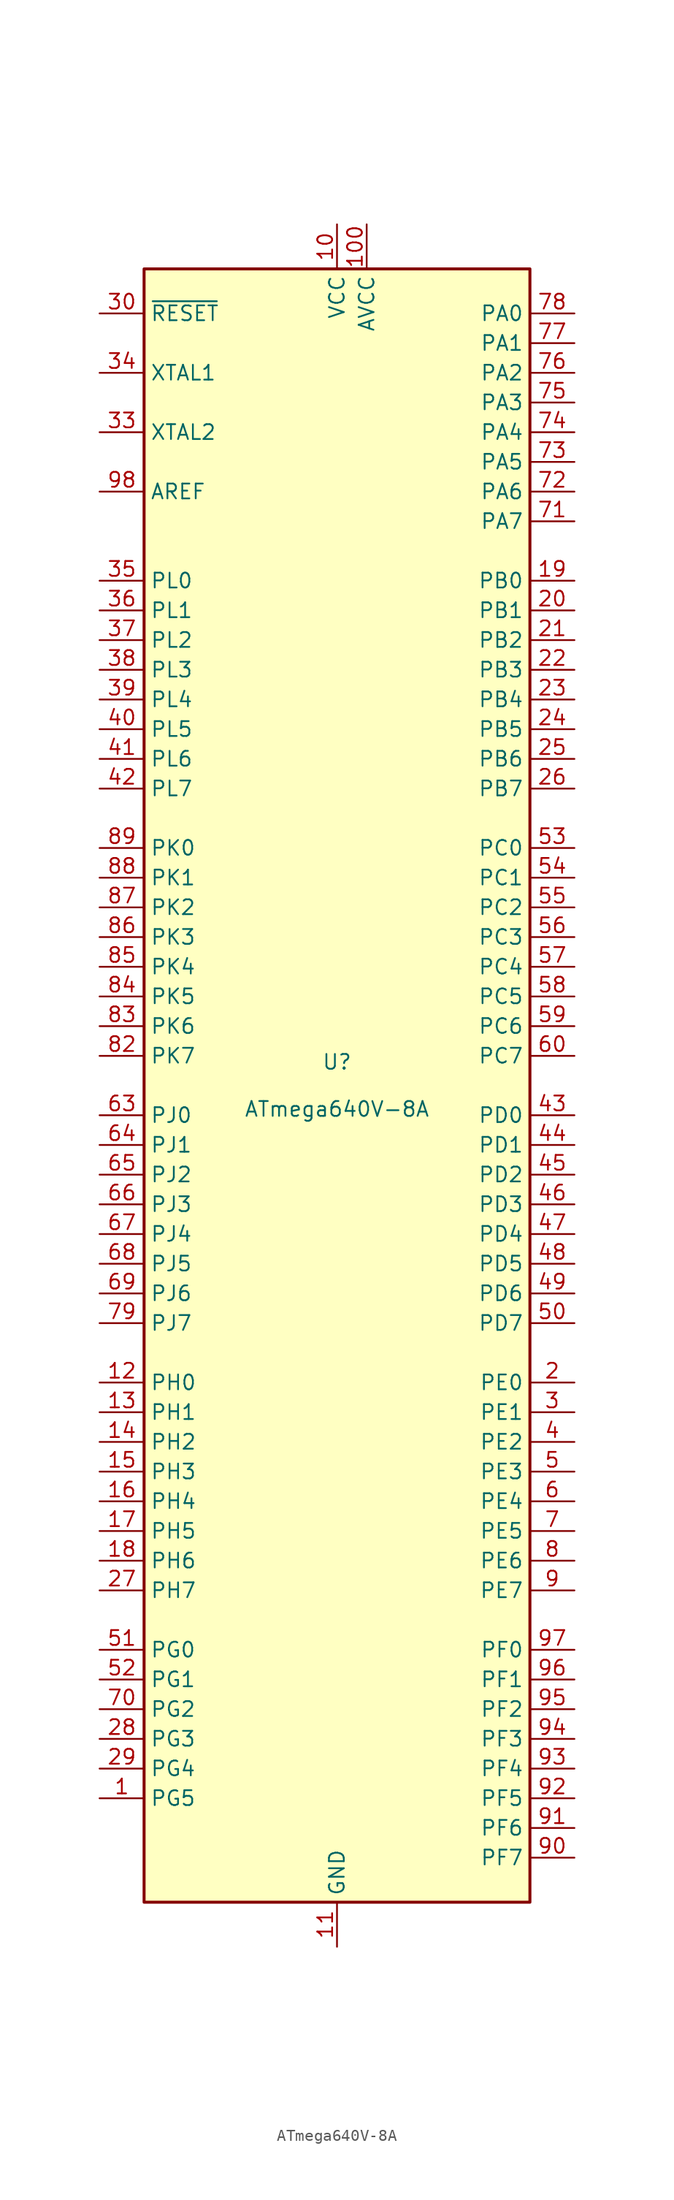
<source format=kicad_sym>
(kicad_symbol_lib
  (version 20211014)
  (generator kicad_symbol_editor)
  (symbol "ATmega640V-8A"
    (property "Reference" "U"
      (at 0 1.27 0)
      (effects (font (size 1.27 1.27)) (justify bottom)))
    (property "Value" "ATmega640V-8A"
      (at 0 -1.27 0)
      (effects (font (size 1.27 1.27)) (justify top)))
    (symbol "ATmega640V-8A_0_1"
      (rectangle (start -16.51 -69.85) (end 16.51 69.85) (stroke (width 0.254) (type default) (color 0 0 0 0)) (fill (type background))))
    (symbol "ATmega640V-8A_1_1"
      (pin bidirectional line (at -20.32 -60.96 0) (length 3.81) (name "PG5" (effects (font (size 1.27 1.27)))) (number "1" (effects (font (size 1.27 1.27)))))
      (pin power_in line (at 0 73.66 270) (length 3.81) (name "VCC" (effects (font (size 1.27 1.27)))) (number "10" (effects (font (size 1.27 1.27)))))
      (pin power_in line (at 2.54 73.66 270) (length 3.81) (name "AVCC" (effects (font (size 1.27 1.27)))) (number "100" (effects (font (size 1.27 1.27)))))
      (pin power_in line (at 0 -73.66 90) (length 3.81) (name "GND" (effects (font (size 1.27 1.27)))) (number "11" (effects (font (size 1.27 1.27)))))
      (pin bidirectional line (at -20.32 -25.4 0) (length 3.81) (name "PH0" (effects (font (size 1.27 1.27)))) (number "12" (effects (font (size 1.27 1.27)))))
      (pin bidirectional line (at -20.32 -27.94 0) (length 3.81) (name "PH1" (effects (font (size 1.27 1.27)))) (number "13" (effects (font (size 1.27 1.27)))))
      (pin bidirectional line (at -20.32 -30.48 0) (length 3.81) (name "PH2" (effects (font (size 1.27 1.27)))) (number "14" (effects (font (size 1.27 1.27)))))
      (pin bidirectional line (at -20.32 -33.02 0) (length 3.81) (name "PH3" (effects (font (size 1.27 1.27)))) (number "15" (effects (font (size 1.27 1.27)))))
      (pin bidirectional line (at -20.32 -35.56 0) (length 3.81) (name "PH4" (effects (font (size 1.27 1.27)))) (number "16" (effects (font (size 1.27 1.27)))))
      (pin bidirectional line (at -20.32 -38.1 0) (length 3.81) (name "PH5" (effects (font (size 1.27 1.27)))) (number "17" (effects (font (size 1.27 1.27)))))
      (pin bidirectional line (at -20.32 -40.64 0) (length 3.81) (name "PH6" (effects (font (size 1.27 1.27)))) (number "18" (effects (font (size 1.27 1.27)))))
      (pin bidirectional line (at 20.32 43.18 180) (length 3.81) (name "PB0" (effects (font (size 1.27 1.27)))) (number "19" (effects (font (size 1.27 1.27)))))
      (pin bidirectional line (at 20.32 -25.4 180) (length 3.81) (name "PE0" (effects (font (size 1.27 1.27)))) (number "2" (effects (font (size 1.27 1.27)))))
      (pin bidirectional line (at 20.32 40.64 180) (length 3.81) (name "PB1" (effects (font (size 1.27 1.27)))) (number "20" (effects (font (size 1.27 1.27)))))
      (pin bidirectional line (at 20.32 38.1 180) (length 3.81) (name "PB2" (effects (font (size 1.27 1.27)))) (number "21" (effects (font (size 1.27 1.27)))))
      (pin bidirectional line (at 20.32 35.56 180) (length 3.81) (name "PB3" (effects (font (size 1.27 1.27)))) (number "22" (effects (font (size 1.27 1.27)))))
      (pin bidirectional line (at 20.32 33.02 180) (length 3.81) (name "PB4" (effects (font (size 1.27 1.27)))) (number "23" (effects (font (size 1.27 1.27)))))
      (pin bidirectional line (at 20.32 30.48 180) (length 3.81) (name "PB5" (effects (font (size 1.27 1.27)))) (number "24" (effects (font (size 1.27 1.27)))))
      (pin bidirectional line (at 20.32 27.94 180) (length 3.81) (name "PB6" (effects (font (size 1.27 1.27)))) (number "25" (effects (font (size 1.27 1.27)))))
      (pin bidirectional line (at 20.32 25.4 180) (length 3.81) (name "PB7" (effects (font (size 1.27 1.27)))) (number "26" (effects (font (size 1.27 1.27)))))
      (pin bidirectional line (at -20.32 -43.18 0) (length 3.81) (name "PH7" (effects (font (size 1.27 1.27)))) (number "27" (effects (font (size 1.27 1.27)))))
      (pin bidirectional line (at -20.32 -55.88 0) (length 3.81) (name "PG3" (effects (font (size 1.27 1.27)))) (number "28" (effects (font (size 1.27 1.27)))))
      (pin bidirectional line (at -20.32 -58.42 0) (length 3.81) (name "PG4" (effects (font (size 1.27 1.27)))) (number "29" (effects (font (size 1.27 1.27)))))
      (pin bidirectional line (at 20.32 -27.94 180) (length 3.81) (name "PE1" (effects (font (size 1.27 1.27)))) (number "3" (effects (font (size 1.27 1.27)))))
      (pin input line (at -20.32 66.04 0) (length 3.81) (name "~{RESET}" (effects (font (size 1.27 1.27)))) (number "30" (effects (font (size 1.27 1.27)))))
      (pin passive line (at 0 73.66 270) (length 3.81) hide (name "VCC" (effects (font (size 1.27 1.27)))) (number "31" (effects (font (size 1.27 1.27)))))
      (pin passive line (at 0 -73.66 90) (length 3.81) hide (name "GND" (effects (font (size 1.27 1.27)))) (number "32" (effects (font (size 1.27 1.27)))))
      (pin output line (at -20.32 55.88 0) (length 3.81) (name "XTAL2" (effects (font (size 1.27 1.27)))) (number "33" (effects (font (size 1.27 1.27)))))
      (pin input line (at -20.32 60.96 0) (length 3.81) (name "XTAL1" (effects (font (size 1.27 1.27)))) (number "34" (effects (font (size 1.27 1.27)))))
      (pin bidirectional line (at -20.32 43.18 0) (length 3.81) (name "PL0" (effects (font (size 1.27 1.27)))) (number "35" (effects (font (size 1.27 1.27)))))
      (pin bidirectional line (at -20.32 40.64 0) (length 3.81) (name "PL1" (effects (font (size 1.27 1.27)))) (number "36" (effects (font (size 1.27 1.27)))))
      (pin bidirectional line (at -20.32 38.1 0) (length 3.81) (name "PL2" (effects (font (size 1.27 1.27)))) (number "37" (effects (font (size 1.27 1.27)))))
      (pin bidirectional line (at -20.32 35.56 0) (length 3.81) (name "PL3" (effects (font (size 1.27 1.27)))) (number "38" (effects (font (size 1.27 1.27)))))
      (pin bidirectional line (at -20.32 33.02 0) (length 3.81) (name "PL4" (effects (font (size 1.27 1.27)))) (number "39" (effects (font (size 1.27 1.27)))))
      (pin bidirectional line (at 20.32 -30.48 180) (length 3.81) (name "PE2" (effects (font (size 1.27 1.27)))) (number "4" (effects (font (size 1.27 1.27)))))
      (pin bidirectional line (at -20.32 30.48 0) (length 3.81) (name "PL5" (effects (font (size 1.27 1.27)))) (number "40" (effects (font (size 1.27 1.27)))))
      (pin bidirectional line (at -20.32 27.94 0) (length 3.81) (name "PL6" (effects (font (size 1.27 1.27)))) (number "41" (effects (font (size 1.27 1.27)))))
      (pin bidirectional line (at -20.32 25.4 0) (length 3.81) (name "PL7" (effects (font (size 1.27 1.27)))) (number "42" (effects (font (size 1.27 1.27)))))
      (pin bidirectional line (at 20.32 -2.54 180) (length 3.81) (name "PD0" (effects (font (size 1.27 1.27)))) (number "43" (effects (font (size 1.27 1.27)))))
      (pin bidirectional line (at 20.32 -5.08 180) (length 3.81) (name "PD1" (effects (font (size 1.27 1.27)))) (number "44" (effects (font (size 1.27 1.27)))))
      (pin bidirectional line (at 20.32 -7.62 180) (length 3.81) (name "PD2" (effects (font (size 1.27 1.27)))) (number "45" (effects (font (size 1.27 1.27)))))
      (pin bidirectional line (at 20.32 -10.16 180) (length 3.81) (name "PD3" (effects (font (size 1.27 1.27)))) (number "46" (effects (font (size 1.27 1.27)))))
      (pin bidirectional line (at 20.32 -12.7 180) (length 3.81) (name "PD4" (effects (font (size 1.27 1.27)))) (number "47" (effects (font (size 1.27 1.27)))))
      (pin bidirectional line (at 20.32 -15.24 180) (length 3.81) (name "PD5" (effects (font (size 1.27 1.27)))) (number "48" (effects (font (size 1.27 1.27)))))
      (pin bidirectional line (at 20.32 -17.78 180) (length 3.81) (name "PD6" (effects (font (size 1.27 1.27)))) (number "49" (effects (font (size 1.27 1.27)))))
      (pin bidirectional line (at 20.32 -33.02 180) (length 3.81) (name "PE3" (effects (font (size 1.27 1.27)))) (number "5" (effects (font (size 1.27 1.27)))))
      (pin bidirectional line (at 20.32 -20.32 180) (length 3.81) (name "PD7" (effects (font (size 1.27 1.27)))) (number "50" (effects (font (size 1.27 1.27)))))
      (pin bidirectional line (at -20.32 -48.26 0) (length 3.81) (name "PG0" (effects (font (size 1.27 1.27)))) (number "51" (effects (font (size 1.27 1.27)))))
      (pin bidirectional line (at -20.32 -50.8 0) (length 3.81) (name "PG1" (effects (font (size 1.27 1.27)))) (number "52" (effects (font (size 1.27 1.27)))))
      (pin bidirectional line (at 20.32 20.32 180) (length 3.81) (name "PC0" (effects (font (size 1.27 1.27)))) (number "53" (effects (font (size 1.27 1.27)))))
      (pin bidirectional line (at 20.32 17.78 180) (length 3.81) (name "PC1" (effects (font (size 1.27 1.27)))) (number "54" (effects (font (size 1.27 1.27)))))
      (pin bidirectional line (at 20.32 15.24 180) (length 3.81) (name "PC2" (effects (font (size 1.27 1.27)))) (number "55" (effects (font (size 1.27 1.27)))))
      (pin bidirectional line (at 20.32 12.7 180) (length 3.81) (name "PC3" (effects (font (size 1.27 1.27)))) (number "56" (effects (font (size 1.27 1.27)))))
      (pin bidirectional line (at 20.32 10.16 180) (length 3.81) (name "PC4" (effects (font (size 1.27 1.27)))) (number "57" (effects (font (size 1.27 1.27)))))
      (pin bidirectional line (at 20.32 7.62 180) (length 3.81) (name "PC5" (effects (font (size 1.27 1.27)))) (number "58" (effects (font (size 1.27 1.27)))))
      (pin bidirectional line (at 20.32 5.08 180) (length 3.81) (name "PC6" (effects (font (size 1.27 1.27)))) (number "59" (effects (font (size 1.27 1.27)))))
      (pin bidirectional line (at 20.32 -35.56 180) (length 3.81) (name "PE4" (effects (font (size 1.27 1.27)))) (number "6" (effects (font (size 1.27 1.27)))))
      (pin bidirectional line (at 20.32 2.54 180) (length 3.81) (name "PC7" (effects (font (size 1.27 1.27)))) (number "60" (effects (font (size 1.27 1.27)))))
      (pin passive line (at 0 73.66 270) (length 3.81) hide (name "VCC" (effects (font (size 1.27 1.27)))) (number "61" (effects (font (size 1.27 1.27)))))
      (pin passive line (at 0 -73.66 90) (length 3.81) hide (name "GND" (effects (font (size 1.27 1.27)))) (number "62" (effects (font (size 1.27 1.27)))))
      (pin bidirectional line (at -20.32 -2.54 0) (length 3.81) (name "PJ0" (effects (font (size 1.27 1.27)))) (number "63" (effects (font (size 1.27 1.27)))))
      (pin bidirectional line (at -20.32 -5.08 0) (length 3.81) (name "PJ1" (effects (font (size 1.27 1.27)))) (number "64" (effects (font (size 1.27 1.27)))))
      (pin bidirectional line (at -20.32 -7.62 0) (length 3.81) (name "PJ2" (effects (font (size 1.27 1.27)))) (number "65" (effects (font (size 1.27 1.27)))))
      (pin bidirectional line (at -20.32 -10.16 0) (length 3.81) (name "PJ3" (effects (font (size 1.27 1.27)))) (number "66" (effects (font (size 1.27 1.27)))))
      (pin bidirectional line (at -20.32 -12.7 0) (length 3.81) (name "PJ4" (effects (font (size 1.27 1.27)))) (number "67" (effects (font (size 1.27 1.27)))))
      (pin bidirectional line (at -20.32 -15.24 0) (length 3.81) (name "PJ5" (effects (font (size 1.27 1.27)))) (number "68" (effects (font (size 1.27 1.27)))))
      (pin bidirectional line (at -20.32 -17.78 0) (length 3.81) (name "PJ6" (effects (font (size 1.27 1.27)))) (number "69" (effects (font (size 1.27 1.27)))))
      (pin bidirectional line (at 20.32 -38.1 180) (length 3.81) (name "PE5" (effects (font (size 1.27 1.27)))) (number "7" (effects (font (size 1.27 1.27)))))
      (pin bidirectional line (at -20.32 -53.34 0) (length 3.81) (name "PG2" (effects (font (size 1.27 1.27)))) (number "70" (effects (font (size 1.27 1.27)))))
      (pin bidirectional line (at 20.32 48.26 180) (length 3.81) (name "PA7" (effects (font (size 1.27 1.27)))) (number "71" (effects (font (size 1.27 1.27)))))
      (pin bidirectional line (at 20.32 50.8 180) (length 3.81) (name "PA6" (effects (font (size 1.27 1.27)))) (number "72" (effects (font (size 1.27 1.27)))))
      (pin bidirectional line (at 20.32 53.34 180) (length 3.81) (name "PA5" (effects (font (size 1.27 1.27)))) (number "73" (effects (font (size 1.27 1.27)))))
      (pin bidirectional line (at 20.32 55.88 180) (length 3.81) (name "PA4" (effects (font (size 1.27 1.27)))) (number "74" (effects (font (size 1.27 1.27)))))
      (pin bidirectional line (at 20.32 58.42 180) (length 3.81) (name "PA3" (effects (font (size 1.27 1.27)))) (number "75" (effects (font (size 1.27 1.27)))))
      (pin bidirectional line (at 20.32 60.96 180) (length 3.81) (name "PA2" (effects (font (size 1.27 1.27)))) (number "76" (effects (font (size 1.27 1.27)))))
      (pin bidirectional line (at 20.32 63.5 180) (length 3.81) (name "PA1" (effects (font (size 1.27 1.27)))) (number "77" (effects (font (size 1.27 1.27)))))
      (pin bidirectional line (at 20.32 66.04 180) (length 3.81) (name "PA0" (effects (font (size 1.27 1.27)))) (number "78" (effects (font (size 1.27 1.27)))))
      (pin bidirectional line (at -20.32 -20.32 0) (length 3.81) (name "PJ7" (effects (font (size 1.27 1.27)))) (number "79" (effects (font (size 1.27 1.27)))))
      (pin bidirectional line (at 20.32 -40.64 180) (length 3.81) (name "PE6" (effects (font (size 1.27 1.27)))) (number "8" (effects (font (size 1.27 1.27)))))
      (pin passive line (at 0 73.66 270) (length 3.81) hide (name "VCC" (effects (font (size 1.27 1.27)))) (number "80" (effects (font (size 1.27 1.27)))))
      (pin passive line (at 0 -73.66 90) (length 3.81) hide (name "GND" (effects (font (size 1.27 1.27)))) (number "81" (effects (font (size 1.27 1.27)))))
      (pin bidirectional line (at -20.32 2.54 0) (length 3.81) (name "PK7" (effects (font (size 1.27 1.27)))) (number "82" (effects (font (size 1.27 1.27)))))
      (pin bidirectional line (at -20.32 5.08 0) (length 3.81) (name "PK6" (effects (font (size 1.27 1.27)))) (number "83" (effects (font (size 1.27 1.27)))))
      (pin bidirectional line (at -20.32 7.62 0) (length 3.81) (name "PK5" (effects (font (size 1.27 1.27)))) (number "84" (effects (font (size 1.27 1.27)))))
      (pin bidirectional line (at -20.32 10.16 0) (length 3.81) (name "PK4" (effects (font (size 1.27 1.27)))) (number "85" (effects (font (size 1.27 1.27)))))
      (pin bidirectional line (at -20.32 12.7 0) (length 3.81) (name "PK3" (effects (font (size 1.27 1.27)))) (number "86" (effects (font (size 1.27 1.27)))))
      (pin bidirectional line (at -20.32 15.24 0) (length 3.81) (name "PK2" (effects (font (size 1.27 1.27)))) (number "87" (effects (font (size 1.27 1.27)))))
      (pin bidirectional line (at -20.32 17.78 0) (length 3.81) (name "PK1" (effects (font (size 1.27 1.27)))) (number "88" (effects (font (size 1.27 1.27)))))
      (pin bidirectional line (at -20.32 20.32 0) (length 3.81) (name "PK0" (effects (font (size 1.27 1.27)))) (number "89" (effects (font (size 1.27 1.27)))))
      (pin bidirectional line (at 20.32 -43.18 180) (length 3.81) (name "PE7" (effects (font (size 1.27 1.27)))) (number "9" (effects (font (size 1.27 1.27)))))
      (pin bidirectional line (at 20.32 -66.04 180) (length 3.81) (name "PF7" (effects (font (size 1.27 1.27)))) (number "90" (effects (font (size 1.27 1.27)))))
      (pin bidirectional line (at 20.32 -63.5 180) (length 3.81) (name "PF6" (effects (font (size 1.27 1.27)))) (number "91" (effects (font (size 1.27 1.27)))))
      (pin bidirectional line (at 20.32 -60.96 180) (length 3.81) (name "PF5" (effects (font (size 1.27 1.27)))) (number "92" (effects (font (size 1.27 1.27)))))
      (pin bidirectional line (at 20.32 -58.42 180) (length 3.81) (name "PF4" (effects (font (size 1.27 1.27)))) (number "93" (effects (font (size 1.27 1.27)))))
      (pin bidirectional line (at 20.32 -55.88 180) (length 3.81) (name "PF3" (effects (font (size 1.27 1.27)))) (number "94" (effects (font (size 1.27 1.27)))))
      (pin bidirectional line (at 20.32 -53.34 180) (length 3.81) (name "PF2" (effects (font (size 1.27 1.27)))) (number "95" (effects (font (size 1.27 1.27)))))
      (pin bidirectional line (at 20.32 -50.8 180) (length 3.81) (name "PF1" (effects (font (size 1.27 1.27)))) (number "96" (effects (font (size 1.27 1.27)))))
      (pin bidirectional line (at 20.32 -48.26 180) (length 3.81) (name "PF0" (effects (font (size 1.27 1.27)))) (number "97" (effects (font (size 1.27 1.27)))))
      (pin passive line (at -20.32 50.8 0) (length 3.81) (name "AREF" (effects (font (size 1.27 1.27)))) (number "98" (effects (font (size 1.27 1.27)))))
      (pin passive line (at 0 -73.66 90) (length 3.81) hide (name "GND" (effects (font (size 1.27 1.27)))) (number "99" (effects (font (size 1.27 1.27))))))))
</source>
